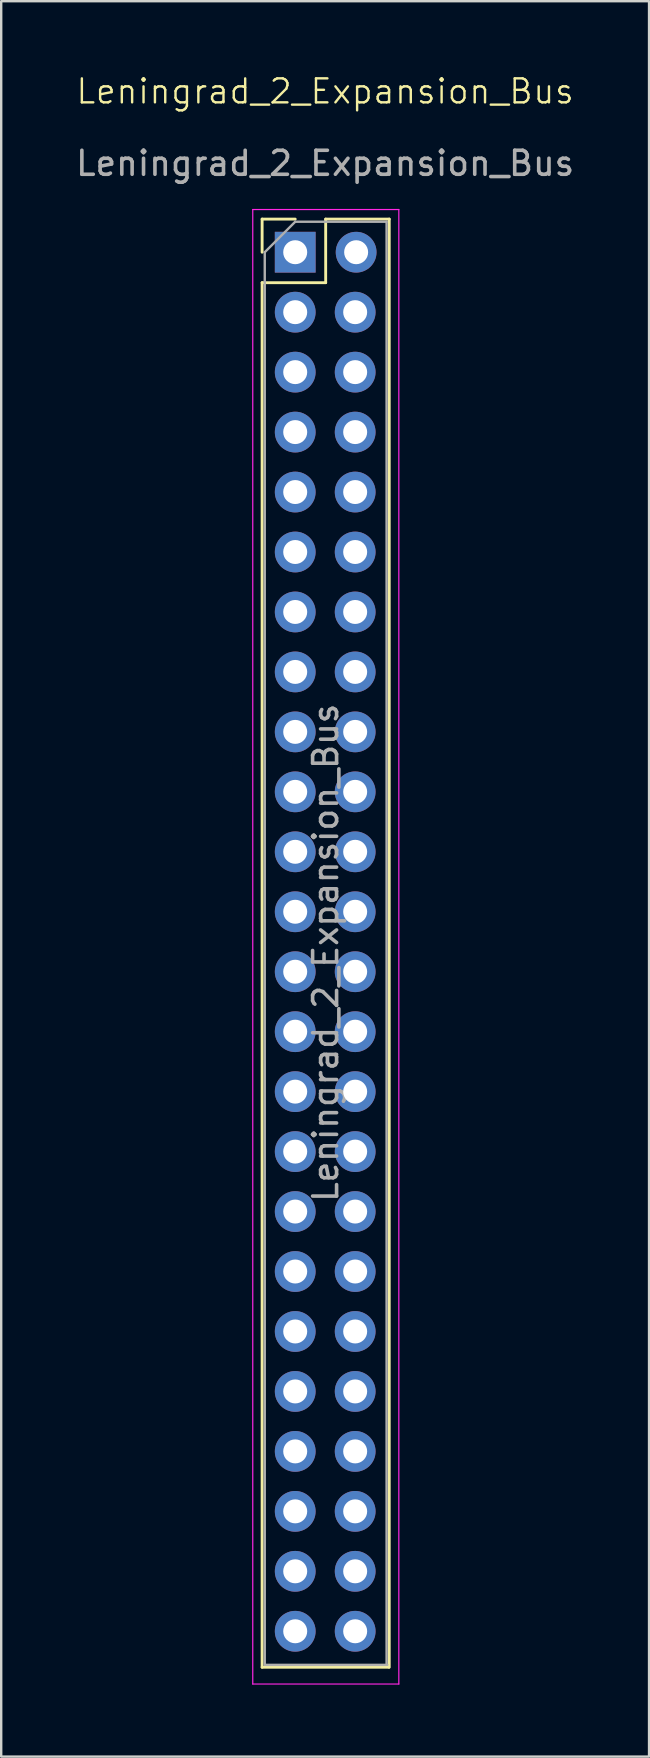
<source format=kicad_pcb>
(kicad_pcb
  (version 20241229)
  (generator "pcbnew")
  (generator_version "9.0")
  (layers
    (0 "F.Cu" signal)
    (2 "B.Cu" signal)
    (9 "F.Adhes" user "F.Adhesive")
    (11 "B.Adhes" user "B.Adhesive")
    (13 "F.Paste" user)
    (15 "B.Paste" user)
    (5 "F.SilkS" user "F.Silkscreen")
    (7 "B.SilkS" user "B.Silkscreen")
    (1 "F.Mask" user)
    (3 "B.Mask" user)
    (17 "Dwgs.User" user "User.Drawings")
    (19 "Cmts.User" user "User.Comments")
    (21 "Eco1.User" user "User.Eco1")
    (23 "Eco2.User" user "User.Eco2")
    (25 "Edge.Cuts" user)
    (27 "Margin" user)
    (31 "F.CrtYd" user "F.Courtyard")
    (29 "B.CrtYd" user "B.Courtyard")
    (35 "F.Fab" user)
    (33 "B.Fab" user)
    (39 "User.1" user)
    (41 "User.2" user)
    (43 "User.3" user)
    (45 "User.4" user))
  (footprint "Leningrad_2_Expansion_Bus"
    (layer "F.Cu")
    (at 10.506 1.26)
    (property "Reference" "Leningrad_2_Expansion_Bus" (at 0 -0.5 0) (unlocked yes) (layer "F.SilkS") (effects (font (size 1 1) (thickness 0.1))))
    (attr through_hole)
    (fp_line (start -2.627 4.826) (end -1.247 4.826) (stroke (width 0.12) (type solid)) (layer "F.SilkS"))
    (fp_line (start -2.627 6.206) (end -2.627 4.826) (stroke (width 0.12) (type solid)) (layer "F.SilkS"))
    (fp_line (start -2.627 7.476) (end -2.627 65.206) (stroke (width 0.12) (type solid)) (layer "F.SilkS"))
    (fp_line (start -2.627 7.476) (end 0.023 7.476) (stroke (width 0.12) (type solid)) (layer "F.SilkS"))
    (fp_line (start -2.627 65.206) (end 2.653 65.206) (stroke (width 0.12) (type solid)) (layer "F.SilkS"))
    (fp_line (start 0.023 4.826) (end 2.673 4.826) (stroke (width 0.12) (type solid)) (layer "F.SilkS"))
    (fp_line (start 0.023 7.476) (end 0.023 4.826) (stroke (width 0.12) (type solid)) (layer "F.SilkS"))
    (fp_line (start 2.673 4.826) (end 2.673 65.206) (stroke (width 0.12) (type solid)) (layer "F.SilkS"))
    (fp_line (start -3.017 4.426) (end -3.017 65.906) (stroke (width 0.05) (type solid)) (layer "F.CrtYd"))
    (fp_line (start -3.017 65.906) (end 3.073 65.906) (stroke (width 0.05) (type solid)) (layer "F.CrtYd"))
    (fp_line (start 3.073 4.426) (end -3.017 4.426) (stroke (width 0.05) (type solid)) (layer "F.CrtYd"))
    (fp_line (start 3.073 65.906) (end 3.073 4.426) (stroke (width 0.05) (type solid)) (layer "F.CrtYd"))
    (fp_line (start -2.517 6.206) (end -1.247 4.936) (stroke (width 0.1) (type solid)) (layer "F.Fab"))
    (fp_line (start -2.517 65.106) (end -2.517 6.206) (stroke (width 0.1) (type solid)) (layer "F.Fab"))
    (fp_line (start -1.247 4.936) (end 2.563 4.936) (stroke (width 0.1) (type solid)) (layer "F.Fab"))
    (fp_line (start 2.563 4.936) (end 2.563 65.106) (stroke (width 0.1) (type solid)) (layer "F.Fab"))
    (fp_line (start 2.593 65.106) (end -2.487 65.106) (stroke (width 0.1) (type solid)) (layer "F.Fab"))
    (fp_text user "${REFERENCE}" (at 0 2.5 0) (unlocked yes) (layer "F.Fab") (effects (font (size 1 1) (thickness 0.15))))
    (fp_text user "${REFERENCE}" (at 0.023 35.416 90) (layer "F.Fab") (effects (font (size 1 1) (thickness 0.15))))
    (pad "A3" thru_hole circle (at 1.293 6.206) (size 1.7 1.7) (drill 1) (layers "*.Cu" "*.Mask"))
    (pad "A4" thru_hole circle (at 1.253 8.706) (size 1.7 1.7) (drill 1) (layers "*.Cu" "*.Mask"))
    (pad "A5" thru_hole circle (at 1.253 11.206) (size 1.7 1.7) (drill 1) (layers "*.Cu" "*.Mask"))
    (pad "A6" thru_hole circle (at 1.253 13.706) (size 1.7 1.7) (drill 1) (layers "*.Cu" "*.Mask"))
    (pad "A7" thru_hole circle (at 1.253 16.206) (size 1.7 1.7) (drill 1) (layers "*.Cu" "*.Mask"))
    (pad "A8" thru_hole circle (at 1.253 18.706) (size 1.7 1.7) (drill 1) (layers "*.Cu" "*.Mask"))
    (pad "A9" thru_hole circle (at 1.253 21.206) (size 1.7 1.7) (drill 1) (layers "*.Cu" "*.Mask"))
    (pad "A10" thru_hole circle (at 1.253 23.706) (size 1.7 1.7) (drill 1) (layers "*.Cu" "*.Mask"))
    (pad "A11" thru_hole circle (at 1.253 26.206) (size 1.7 1.7) (drill 1) (layers "*.Cu" "*.Mask"))
    (pad "A12" thru_hole circle (at 1.253 28.706) (size 1.7 1.7) (drill 1) (layers "*.Cu" "*.Mask"))
    (pad "A13" thru_hole circle (at 1.253 31.206) (size 1.7 1.7) (drill 1) (layers "*.Cu" "*.Mask"))
    (pad "A14" thru_hole circle (at 1.253 33.706) (size 1.7 1.7) (drill 1) (layers "*.Cu" "*.Mask"))
    (pad "A15" thru_hole circle (at 1.253 36.206) (size 1.7 1.7) (drill 1) (layers "*.Cu" "*.Mask"))
    (pad "A16" thru_hole circle (at 1.253 38.706) (size 1.7 1.7) (drill 1) (layers "*.Cu" "*.Mask"))
    (pad "A17" thru_hole circle (at 1.253 41.206) (size 1.7 1.7) (drill 1) (layers "*.Cu" "*.Mask"))
    (pad "A18" thru_hole circle (at 1.253 43.706) (size 1.7 1.7) (drill 1) (layers "*.Cu" "*.Mask"))
    (pad "A19" thru_hole circle (at 1.253 46.206) (size 1.7 1.7) (drill 1) (layers "*.Cu" "*.Mask"))
    (pad "A20" thru_hole circle (at 1.253 48.706) (size 1.7 1.7) (drill 1) (layers "*.Cu" "*.Mask"))
    (pad "A21" thru_hole circle (at 1.253 51.206) (size 1.7 1.7) (drill 1) (layers "*.Cu" "*.Mask"))
    (pad "A22" thru_hole circle (at 1.253 53.706) (size 1.7 1.7) (drill 1) (layers "*.Cu" "*.Mask"))
    (pad "A23" thru_hole circle (at 1.253 56.206) (size 1.7 1.7) (drill 1) (layers "*.Cu" "*.Mask"))
    (pad "A24" thru_hole circle (at 1.253 58.706) (size 1.7 1.7) (drill 1) (layers "*.Cu" "*.Mask"))
    (pad "A25" thru_hole circle (at 1.253 61.206) (size 1.7 1.7) (drill 1) (layers "*.Cu" "*.Mask"))
    (pad "A26" thru_hole circle (at 1.253 63.706) (size 1.7 1.7) (drill 1) (layers "*.Cu" "*.Mask"))
    (pad "B3" thru_hole rect (at -1.247 6.206) (size 1.7 1.7) (drill 1) (layers "*.Cu" "*.Mask"))
    (pad "B4" thru_hole circle (at -1.247 8.706) (size 1.7 1.7) (drill 1) (layers "*.Cu" "*.Mask"))
    (pad "B5" thru_hole circle (at -1.247 11.206) (size 1.7 1.7) (drill 1) (layers "*.Cu" "*.Mask"))
    (pad "B6" thru_hole circle (at -1.247 13.706) (size 1.7 1.7) (drill 1) (layers "*.Cu" "*.Mask"))
    (pad "B7" thru_hole circle (at -1.247 16.206) (size 1.7 1.7) (drill 1) (layers "*.Cu" "*.Mask"))
    (pad "B8" thru_hole circle (at -1.247 18.706) (size 1.7 1.7) (drill 1) (layers "*.Cu" "*.Mask"))
    (pad "B9" thru_hole circle (at -1.247 21.206) (size 1.7 1.7) (drill 1) (layers "*.Cu" "*.Mask"))
    (pad "B10" thru_hole circle (at -1.247 23.706) (size 1.7 1.7) (drill 1) (layers "*.Cu" "*.Mask"))
    (pad "B11" thru_hole circle (at -1.247 26.206) (size 1.7 1.7) (drill 1) (layers "*.Cu" "*.Mask"))
    (pad "B12" thru_hole circle (at -1.247 28.706) (size 1.7 1.7) (drill 1) (layers "*.Cu" "*.Mask"))
    (pad "B13" thru_hole circle (at -1.247 31.206) (size 1.7 1.7) (drill 1) (layers "*.Cu" "*.Mask"))
    (pad "B14" thru_hole circle (at -1.247 33.706) (size 1.7 1.7) (drill 1) (layers "*.Cu" "*.Mask"))
    (pad "B15" thru_hole circle (at -1.247 36.206) (size 1.7 1.7) (drill 1) (layers "*.Cu" "*.Mask"))
    (pad "B16" thru_hole circle (at -1.247 38.706) (size 1.7 1.7) (drill 1) (layers "*.Cu" "*.Mask"))
    (pad "B17" thru_hole circle (at -1.247 41.206) (size 1.7 1.7) (drill 1) (layers "*.Cu" "*.Mask"))
    (pad "B18" thru_hole circle (at -1.247 43.706) (size 1.7 1.7) (drill 1) (layers "*.Cu" "*.Mask"))
    (pad "B19" thru_hole circle (at -1.247 46.206) (size 1.7 1.7) (drill 1) (layers "*.Cu" "*.Mask"))
    (pad "B20" thru_hole circle (at -1.247 48.706) (size 1.7 1.7) (drill 1) (layers "*.Cu" "*.Mask"))
    (pad "B21" thru_hole circle (at -1.247 51.206) (size 1.7 1.7) (drill 1) (layers "*.Cu" "*.Mask"))
    (pad "B22" thru_hole circle (at -1.247 53.706) (size 1.7 1.7) (drill 1) (layers "*.Cu" "*.Mask"))
    (pad "B23" thru_hole circle (at -1.247 56.206) (size 1.7 1.7) (drill 1) (layers "*.Cu" "*.Mask"))
    (pad "B24" thru_hole circle (at -1.247 58.706) (size 1.7 1.7) (drill 1) (layers "*.Cu" "*.Mask"))
    (pad "B25" thru_hole circle (at -1.247 61.206) (size 1.7 1.7) (drill 1) (layers "*.Cu" "*.Mask"))
    (pad "B26" thru_hole circle (at -1.247 63.706) (size 1.7 1.7) (drill 1) (layers "*.Cu" "*.Mask")))
  (gr_rect
    (start -3 -3)
    (end 24.012 70.191)
    (stroke (width 0.1) (type default))
    (fill no)
    (layer "Edge.Cuts")))
</source>
